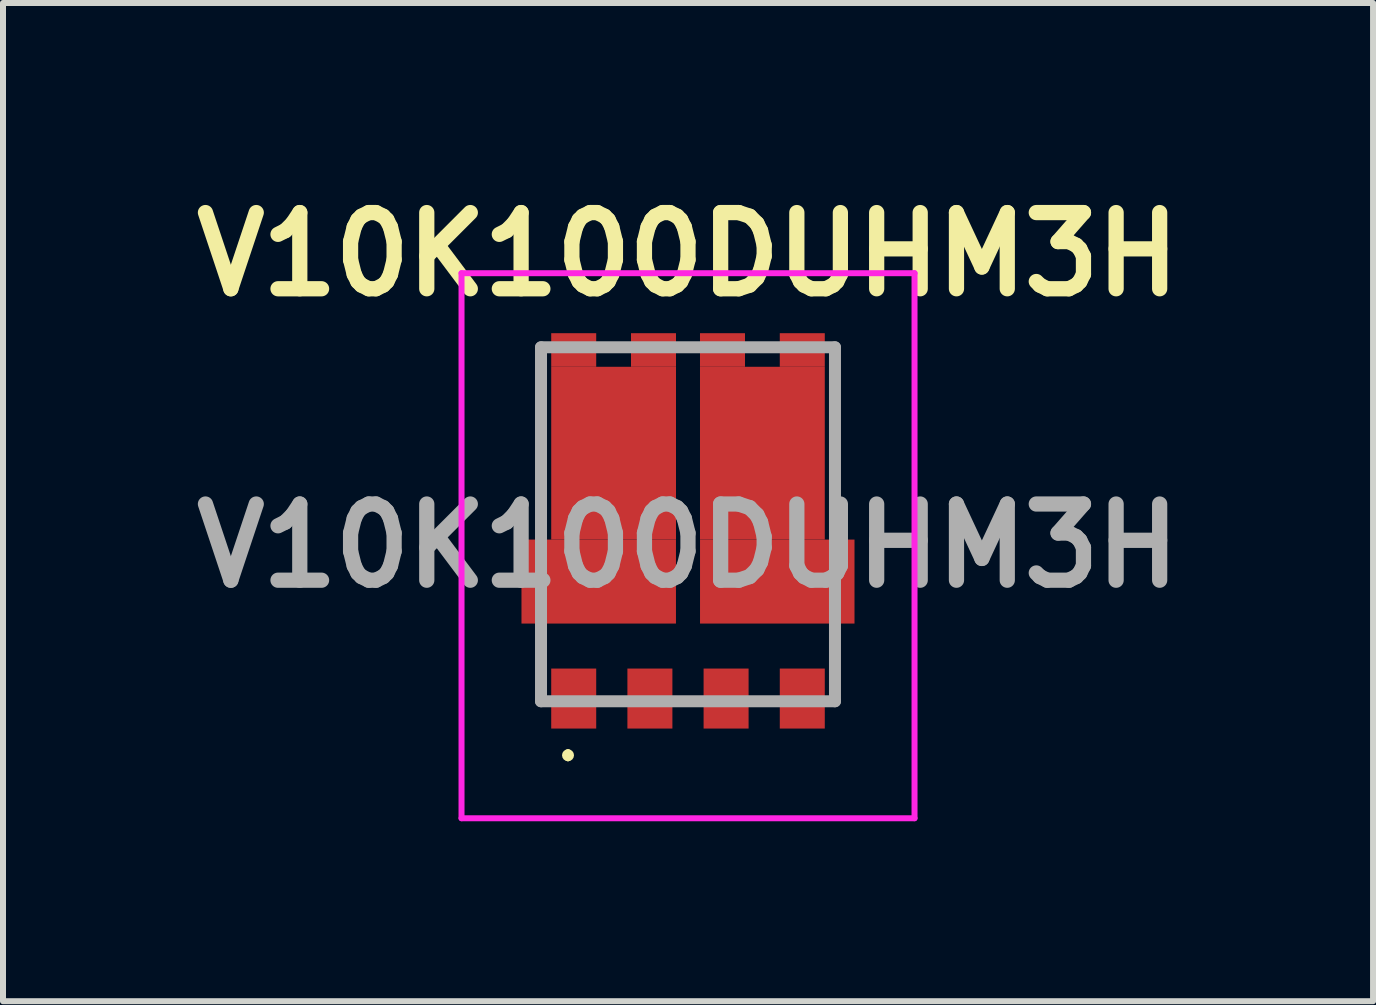
<source format=kicad_pcb>
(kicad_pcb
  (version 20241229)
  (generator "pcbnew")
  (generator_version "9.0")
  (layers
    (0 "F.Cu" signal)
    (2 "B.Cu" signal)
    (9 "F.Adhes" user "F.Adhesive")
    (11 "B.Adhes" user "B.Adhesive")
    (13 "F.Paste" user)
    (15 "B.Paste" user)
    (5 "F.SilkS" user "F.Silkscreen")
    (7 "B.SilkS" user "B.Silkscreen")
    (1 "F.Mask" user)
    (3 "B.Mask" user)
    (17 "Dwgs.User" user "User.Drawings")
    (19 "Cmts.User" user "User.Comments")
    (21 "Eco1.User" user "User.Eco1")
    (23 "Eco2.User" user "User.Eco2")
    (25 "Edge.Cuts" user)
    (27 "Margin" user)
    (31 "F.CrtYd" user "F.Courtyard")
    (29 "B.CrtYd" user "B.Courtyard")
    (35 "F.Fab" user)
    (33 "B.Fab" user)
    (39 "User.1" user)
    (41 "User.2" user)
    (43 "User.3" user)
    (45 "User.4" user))
  (footprint "V10K100DUHM3H"
    (layer "F.Cu")
    (at 8.418 5.689)
    (property "Reference" "V10K100DUHM3H" (at 0 -4.5 0) (layer "F.SilkS") (effects (font (size 1.27 1.27) (thickness 0.254))))
    (attr smd)
    (fp_line (start -2.45 -2.95) (end -2.45 -0.1) (stroke (width 0.1) (type solid)) (layer "F.SilkS"))
    (fp_line (start -2 3.8) (end -2 3.8) (stroke (width 0.1) (type solid)) (layer "F.SilkS"))
    (fp_line (start -2 3.9) (end -2 3.9) (stroke (width 0.1) (type solid)) (layer "F.SilkS"))
    (fp_line (start 2.45 -2.95) (end 2.45 0) (stroke (width 0.1) (type solid)) (layer "F.SilkS"))
    (fp_arc (start -2 3.8) (mid -1.95 3.85) (end -2 3.9) (stroke (width 0.1) (type solid)) (layer "F.SilkS"))
    (fp_arc (start -2 3.9) (mid -2.05 3.85) (end -2 3.8) (stroke (width 0.1) (type solid)) (layer "F.SilkS"))
    (fp_line (start -3.775 -4.185) (end 3.776 -4.185) (stroke (width 0.1) (type solid)) (layer "F.CrtYd"))
    (fp_line (start -3.775 4.9) (end -3.775 -4.185) (stroke (width 0.1) (type solid)) (layer "F.CrtYd"))
    (fp_line (start 3.776 -4.185) (end 3.776 4.9) (stroke (width 0.1) (type solid)) (layer "F.CrtYd"))
    (fp_line (start 3.776 4.9) (end -3.775 4.9) (stroke (width 0.1) (type solid)) (layer "F.CrtYd"))
    (fp_line (start -2.45 -2.95) (end 2.45 -2.95) (stroke (width 0.2) (type solid)) (layer "F.Fab"))
    (fp_line (start -2.45 2.95) (end -2.45 -2.95) (stroke (width 0.2) (type solid)) (layer "F.Fab"))
    (fp_line (start 2.45 -2.95) (end 2.45 2.95) (stroke (width 0.2) (type solid)) (layer "F.Fab"))
    (fp_line (start 2.45 2.95) (end -2.45 2.95) (stroke (width 0.2) (type solid)) (layer "F.Fab"))
    (fp_text user "${REFERENCE}" (at 0 0.358 0) (layer "F.Fab") (effects (font (size 1.27 1.27) (thickness 0.254))))
    (pad "1" smd rect (at -1.905 2.905) (size 0.75 1) (layers "F.Cu" "F.Mask" "F.Paste"))
    (pad "2" smd rect (at -0.635 2.905) (size 0.75 1) (layers "F.Cu" "F.Mask" "F.Paste"))
    (pad "3" smd rect (at 0.635 2.905) (size 0.75 1) (layers "F.Cu" "F.Mask" "F.Paste"))
    (pad "4" smd rect (at 1.905 2.905) (size 0.75 1) (layers "F.Cu" "F.Mask" "F.Paste"))
    (pad "5" smd rect (at 1.905 -2.905 90) (size 0.56 0.75) (layers "F.Cu" "F.Mask" "F.Paste"))
    (pad "6" smd rect (at 0.575 -2.905 90) (size 0.56 0.75) (layers "F.Cu" "F.Mask" "F.Paste"))
    (pad "6" smd rect (at 1.24 -1.185) (size 2.08 2.88) (layers "F.Cu" "F.Mask" "F.Paste"))
    (pad "6" smd rect (at 1.488 0.955 90) (size 1.4 2.575) (layers "F.Cu" "F.Mask" "F.Paste"))
    (pad "7" smd rect (at -1.488 0.955 90) (size 1.4 2.575) (layers "F.Cu" "F.Mask" "F.Paste"))
    (pad "7" smd rect (at -1.24 -1.185) (size 2.08 2.88) (layers "F.Cu" "F.Mask" "F.Paste"))
    (pad "7" smd rect (at -0.575 -2.905 90) (size 0.56 0.75) (layers "F.Cu" "F.Mask" "F.Paste"))
    (pad "8" smd rect (at -1.905 -2.905 90) (size 0.56 0.75) (layers "F.Cu" "F.Mask" "F.Paste")))
  (gr_rect
    (start -3 -3)
    (end 19.837 13.639)
    (stroke (width 0.1) (type default))
    (fill no)
    (layer "Edge.Cuts")))
</source>
